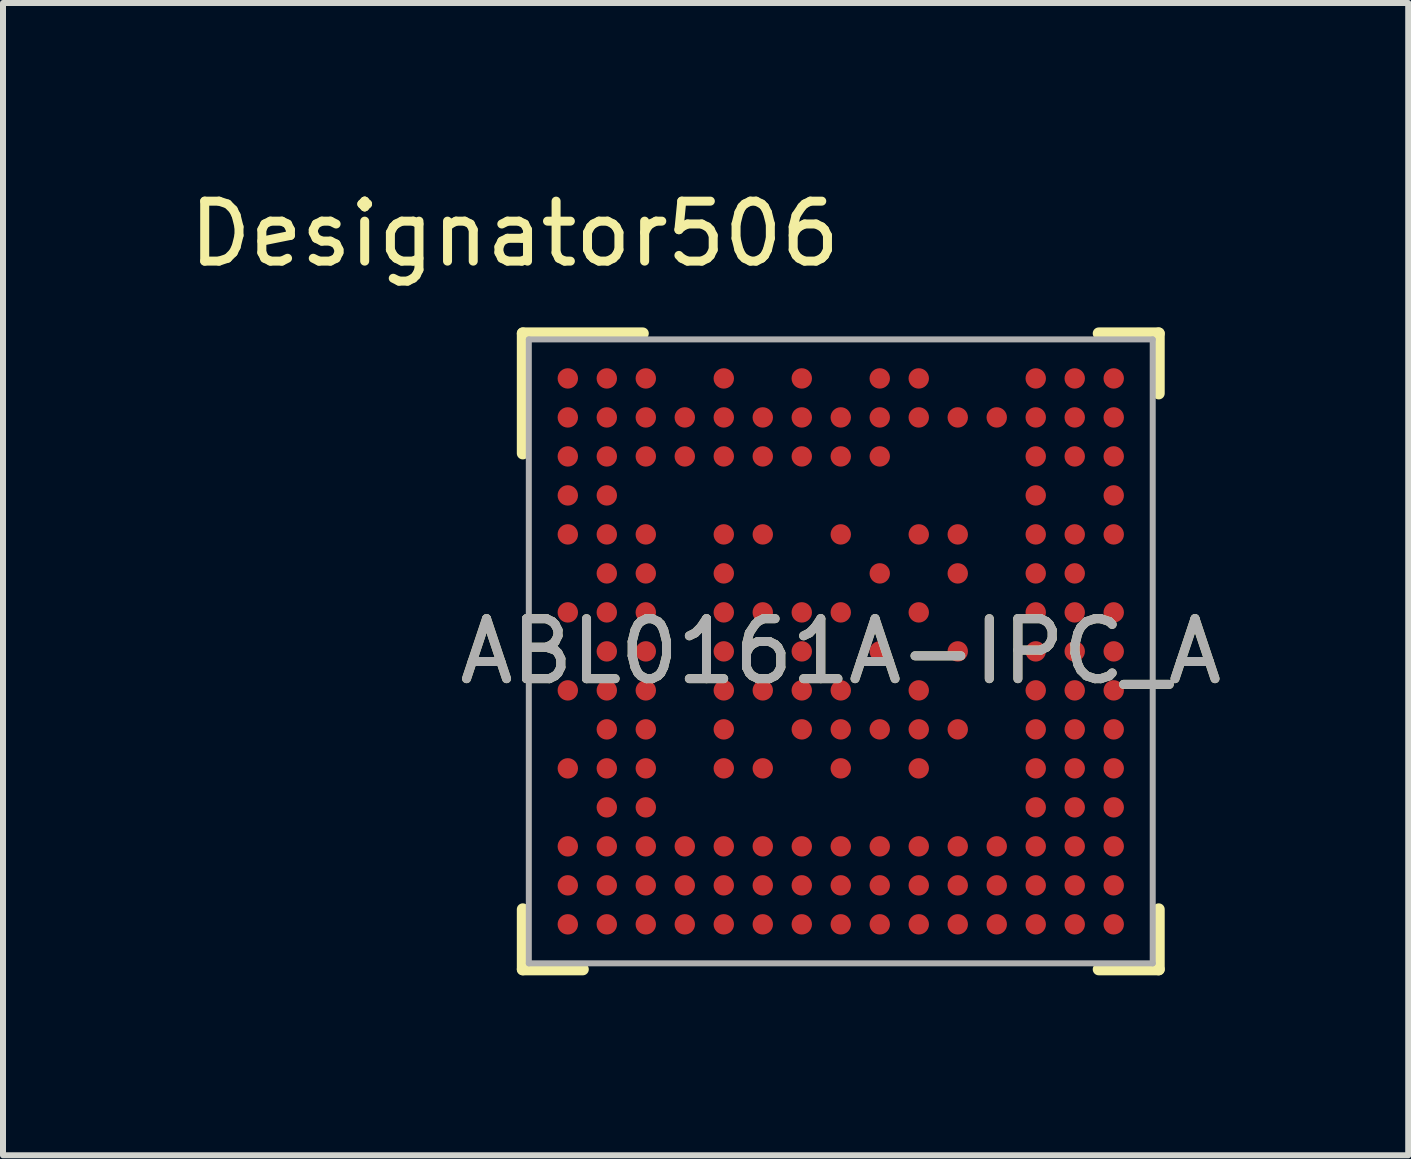
<source format=kicad_pcb>
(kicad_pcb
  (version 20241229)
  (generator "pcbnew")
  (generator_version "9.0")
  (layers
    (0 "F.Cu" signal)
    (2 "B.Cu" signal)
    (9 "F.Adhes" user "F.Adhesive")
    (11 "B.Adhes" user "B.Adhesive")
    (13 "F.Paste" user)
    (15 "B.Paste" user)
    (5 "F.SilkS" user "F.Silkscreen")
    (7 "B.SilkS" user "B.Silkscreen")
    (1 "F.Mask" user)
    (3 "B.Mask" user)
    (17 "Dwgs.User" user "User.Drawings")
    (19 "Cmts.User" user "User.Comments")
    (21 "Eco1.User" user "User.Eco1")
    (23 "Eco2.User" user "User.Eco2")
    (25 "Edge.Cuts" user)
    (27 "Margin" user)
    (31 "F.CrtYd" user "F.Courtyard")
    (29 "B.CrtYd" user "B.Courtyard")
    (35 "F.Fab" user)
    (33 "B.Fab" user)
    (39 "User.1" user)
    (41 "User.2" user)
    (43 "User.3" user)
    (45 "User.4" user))
  (footprint "ABL0161A-IPC_A"
    (layer "F.Cu")
    (at 10.965 7.808)
    (property "Reference" "ABL0161A-IPC_A" (at 0 0 0) (unlocked yes) (layer "F.SilkS") (effects (font (size 1 1) (thickness 0.15))))
    (attr smd)
    (fp_line (start -5.3 -5.3) (end -3.3 -5.3) (stroke (width 0.2) (type solid)) (layer "F.SilkS"))
    (fp_line (start -5.3 -3.3) (end -5.3 -5.3) (stroke (width 0.2) (type solid)) (layer "F.SilkS"))
    (fp_line (start -5.3 5.3) (end -5.3 4.3) (stroke (width 0.2) (type solid)) (layer "F.SilkS"))
    (fp_line (start -5.3 5.3) (end -4.3 5.3) (stroke (width 0.2) (type solid)) (layer "F.SilkS"))
    (fp_line (start 4.3 -5.3) (end 5.3 -5.3) (stroke (width 0.2) (type solid)) (layer "F.SilkS"))
    (fp_line (start 4.3 5.3) (end 5.3 5.3) (stroke (width 0.2) (type solid)) (layer "F.SilkS"))
    (fp_line (start 5.3 -4.3) (end 5.3 -5.3) (stroke (width 0.2) (type solid)) (layer "F.SilkS"))
    (fp_line (start 5.3 5.3) (end 5.3 4.3) (stroke (width 0.2) (type solid)) (layer "F.SilkS"))
    (fp_line (start -5.2 -5.2) (end 5.2 -5.2) (stroke (width 0.1) (type solid)) (layer "F.Fab"))
    (fp_line (start -5.2 5.2) (end -5.2 -5.2) (stroke (width 0.1) (type solid)) (layer "F.Fab"))
    (fp_line (start -5.2 5.2) (end 5.2 5.2) (stroke (width 0.1) (type solid)) (layer "F.Fab"))
    (fp_line (start 5.2 5.2) (end 5.2 -5.2) (stroke (width 0.1) (type solid)) (layer "F.Fab"))
    (fp_text user "Designator506" (at -5.436 -6.96 0) (unlocked yes) (layer "F.SilkS") (effects (font (size 1 1) (thickness 0.15))))
    (fp_text user "${REFERENCE}" (at 0 0 0) (unlocked yes) (layer "F.Fab") (effects (font (size 1 1) (thickness 0.15))))
    (pad "A1" smd circle (at -4.55 -4.55) (size 0.34 0.34) (layers "F.Cu" "F.Mask" "F.Paste"))
    (pad "A2" smd circle (at -3.9 -4.55) (size 0.34 0.34) (layers "F.Cu" "F.Mask" "F.Paste"))
    (pad "A3" smd circle (at -3.25 -4.55) (size 0.34 0.34) (layers "F.Cu" "F.Mask" "F.Paste"))
    (pad "A5" smd circle (at -1.95 -4.55) (size 0.34 0.34) (layers "F.Cu" "F.Mask" "F.Paste"))
    (pad "A7" smd circle (at -0.65 -4.55) (size 0.34 0.34) (layers "F.Cu" "F.Mask" "F.Paste"))
    (pad "A9" smd circle (at 0.65 -4.55) (size 0.34 0.34) (layers "F.Cu" "F.Mask" "F.Paste"))
    (pad "A10" smd circle (at 1.3 -4.55) (size 0.34 0.34) (layers "F.Cu" "F.Mask" "F.Paste"))
    (pad "A13" smd circle (at 3.25 -4.55) (size 0.34 0.34) (layers "F.Cu" "F.Mask" "F.Paste"))
    (pad "A14" smd circle (at 3.9 -4.55) (size 0.34 0.34) (layers "F.Cu" "F.Mask" "F.Paste"))
    (pad "A15" smd circle (at 4.55 -4.55) (size 0.34 0.34) (layers "F.Cu" "F.Mask" "F.Paste"))
    (pad "B1" smd circle (at -4.55 -3.9) (size 0.34 0.34) (layers "F.Cu" "F.Mask" "F.Paste"))
    (pad "B2" smd circle (at -3.9 -3.9) (size 0.34 0.34) (layers "F.Cu" "F.Mask" "F.Paste"))
    (pad "B3" smd circle (at -3.25 -3.9) (size 0.34 0.34) (layers "F.Cu" "F.Mask" "F.Paste"))
    (pad "B4" smd circle (at -2.6 -3.9) (size 0.34 0.34) (layers "F.Cu" "F.Mask" "F.Paste"))
    (pad "B5" smd circle (at -1.95 -3.9) (size 0.34 0.34) (layers "F.Cu" "F.Mask" "F.Paste"))
    (pad "B6" smd circle (at -1.3 -3.9) (size 0.34 0.34) (layers "F.Cu" "F.Mask" "F.Paste"))
    (pad "B7" smd circle (at -0.65 -3.9) (size 0.34 0.34) (layers "F.Cu" "F.Mask" "F.Paste"))
    (pad "B8" smd circle (at 0 -3.9) (size 0.34 0.34) (layers "F.Cu" "F.Mask" "F.Paste"))
    (pad "B9" smd circle (at 0.65 -3.9) (size 0.34 0.34) (layers "F.Cu" "F.Mask" "F.Paste"))
    (pad "B10" smd circle (at 1.3 -3.9) (size 0.34 0.34) (layers "F.Cu" "F.Mask" "F.Paste"))
    (pad "B11" smd circle (at 1.95 -3.9) (size 0.34 0.34) (layers "F.Cu" "F.Mask" "F.Paste"))
    (pad "B12" smd circle (at 2.6 -3.9) (size 0.34 0.34) (layers "F.Cu" "F.Mask" "F.Paste"))
    (pad "B13" smd circle (at 3.25 -3.9) (size 0.34 0.34) (layers "F.Cu" "F.Mask" "F.Paste"))
    (pad "B14" smd circle (at 3.9 -3.9) (size 0.34 0.34) (layers "F.Cu" "F.Mask" "F.Paste"))
    (pad "B15" smd circle (at 4.55 -3.9) (size 0.34 0.34) (layers "F.Cu" "F.Mask" "F.Paste"))
    (pad "C1" smd circle (at -4.55 -3.25) (size 0.34 0.34) (layers "F.Cu" "F.Mask" "F.Paste"))
    (pad "C2" smd circle (at -3.9 -3.25) (size 0.34 0.34) (layers "F.Cu" "F.Mask" "F.Paste"))
    (pad "C3" smd circle (at -3.25 -3.25) (size 0.34 0.34) (layers "F.Cu" "F.Mask" "F.Paste"))
    (pad "C4" smd circle (at -2.6 -3.25) (size 0.34 0.34) (layers "F.Cu" "F.Mask" "F.Paste"))
    (pad "C5" smd circle (at -1.95 -3.25) (size 0.34 0.34) (layers "F.Cu" "F.Mask" "F.Paste"))
    (pad "C6" smd circle (at -1.3 -3.25) (size 0.34 0.34) (layers "F.Cu" "F.Mask" "F.Paste"))
    (pad "C7" smd circle (at -0.65 -3.25) (size 0.34 0.34) (layers "F.Cu" "F.Mask" "F.Paste"))
    (pad "C8" smd circle (at 0 -3.25) (size 0.34 0.34) (layers "F.Cu" "F.Mask" "F.Paste"))
    (pad "C9" smd circle (at 0.65 -3.25) (size 0.34 0.34) (layers "F.Cu" "F.Mask" "F.Paste"))
    (pad "C13" smd circle (at 3.25 -3.25) (size 0.34 0.34) (layers "F.Cu" "F.Mask" "F.Paste"))
    (pad "C14" smd circle (at 3.9 -3.25) (size 0.34 0.34) (layers "F.Cu" "F.Mask" "F.Paste"))
    (pad "C15" smd circle (at 4.55 -3.25) (size 0.34 0.34) (layers "F.Cu" "F.Mask" "F.Paste"))
    (pad "D1" smd circle (at -4.55 -2.6) (size 0.34 0.34) (layers "F.Cu" "F.Mask" "F.Paste"))
    (pad "D2" smd circle (at -3.9 -2.6) (size 0.34 0.34) (layers "F.Cu" "F.Mask" "F.Paste"))
    (pad "D13" smd circle (at 3.25 -2.6) (size 0.34 0.34) (layers "F.Cu" "F.Mask" "F.Paste"))
    (pad "D15" smd circle (at 4.55 -2.6) (size 0.34 0.34) (layers "F.Cu" "F.Mask" "F.Paste"))
    (pad "E1" smd circle (at -4.55 -1.95) (size 0.34 0.34) (layers "F.Cu" "F.Mask" "F.Paste"))
    (pad "E2" smd circle (at -3.9 -1.95) (size 0.34 0.34) (layers "F.Cu" "F.Mask" "F.Paste"))
    (pad "E3" smd circle (at -3.25 -1.95) (size 0.34 0.34) (layers "F.Cu" "F.Mask" "F.Paste"))
    (pad "E5" smd circle (at -1.95 -1.95) (size 0.34 0.34) (layers "F.Cu" "F.Mask" "F.Paste"))
    (pad "E6" smd circle (at -1.3 -1.95) (size 0.34 0.34) (layers "F.Cu" "F.Mask" "F.Paste"))
    (pad "E8" smd circle (at 0 -1.95) (size 0.34 0.34) (layers "F.Cu" "F.Mask" "F.Paste"))
    (pad "E10" smd circle (at 1.3 -1.95) (size 0.34 0.34) (layers "F.Cu" "F.Mask" "F.Paste"))
    (pad "E11" smd circle (at 1.95 -1.95) (size 0.34 0.34) (layers "F.Cu" "F.Mask" "F.Paste"))
    (pad "E13" smd circle (at 3.25 -1.95) (size 0.34 0.34) (layers "F.Cu" "F.Mask" "F.Paste"))
    (pad "E14" smd circle (at 3.9 -1.95) (size 0.34 0.34) (layers "F.Cu" "F.Mask" "F.Paste"))
    (pad "E15" smd circle (at 4.55 -1.95) (size 0.34 0.34) (layers "F.Cu" "F.Mask" "F.Paste"))
    (pad "F2" smd circle (at -3.9 -1.3) (size 0.34 0.34) (layers "F.Cu" "F.Mask" "F.Paste"))
    (pad "F3" smd circle (at -3.25 -1.3) (size 0.34 0.34) (layers "F.Cu" "F.Mask" "F.Paste"))
    (pad "F5" smd circle (at -1.95 -1.3) (size 0.34 0.34) (layers "F.Cu" "F.Mask" "F.Paste"))
    (pad "F9" smd circle (at 0.65 -1.3) (size 0.34 0.34) (layers "F.Cu" "F.Mask" "F.Paste"))
    (pad "F11" smd circle (at 1.95 -1.3) (size 0.34 0.34) (layers "F.Cu" "F.Mask" "F.Paste"))
    (pad "F13" smd circle (at 3.25 -1.3) (size 0.34 0.34) (layers "F.Cu" "F.Mask" "F.Paste"))
    (pad "F14" smd circle (at 3.9 -1.3) (size 0.34 0.34) (layers "F.Cu" "F.Mask" "F.Paste"))
    (pad "G1" smd circle (at -4.55 -0.65) (size 0.34 0.34) (layers "F.Cu" "F.Mask" "F.Paste"))
    (pad "G2" smd circle (at -3.9 -0.65) (size 0.34 0.34) (layers "F.Cu" "F.Mask" "F.Paste"))
    (pad "G3" smd circle (at -3.25 -0.65) (size 0.34 0.34) (layers "F.Cu" "F.Mask" "F.Paste"))
    (pad "G5" smd circle (at -1.95 -0.65) (size 0.34 0.34) (layers "F.Cu" "F.Mask" "F.Paste"))
    (pad "G6" smd circle (at -1.3 -0.65) (size 0.34 0.34) (layers "F.Cu" "F.Mask" "F.Paste"))
    (pad "G7" smd circle (at -0.65 -0.65) (size 0.34 0.34) (layers "F.Cu" "F.Mask" "F.Paste"))
    (pad "G8" smd circle (at 0 -0.65) (size 0.34 0.34) (layers "F.Cu" "F.Mask" "F.Paste"))
    (pad "G10" smd circle (at 1.3 -0.65) (size 0.34 0.34) (layers "F.Cu" "F.Mask" "F.Paste"))
    (pad "G13" smd circle (at 3.25 -0.65) (size 0.34 0.34) (layers "F.Cu" "F.Mask" "F.Paste"))
    (pad "G14" smd circle (at 3.9 -0.65) (size 0.34 0.34) (layers "F.Cu" "F.Mask" "F.Paste"))
    (pad "G15" smd circle (at 4.55 -0.65) (size 0.34 0.34) (layers "F.Cu" "F.Mask" "F.Paste"))
    (pad "H2" smd circle (at -3.9 0) (size 0.34 0.34) (layers "F.Cu" "F.Mask" "F.Paste"))
    (pad "H3" smd circle (at -3.25 0) (size 0.34 0.34) (layers "F.Cu" "F.Mask" "F.Paste"))
    (pad "H5" smd circle (at -1.95 0) (size 0.34 0.34) (layers "F.Cu" "F.Mask" "F.Paste"))
    (pad "H7" smd circle (at -0.65 0) (size 0.34 0.34) (layers "F.Cu" "F.Mask" "F.Paste"))
    (pad "H9" smd circle (at 0.65 0) (size 0.34 0.34) (layers "F.Cu" "F.Mask" "F.Paste"))
    (pad "H11" smd circle (at 1.95 0) (size 0.34 0.34) (layers "F.Cu" "F.Mask" "F.Paste"))
    (pad "H13" smd circle (at 3.25 0) (size 0.34 0.34) (layers "F.Cu" "F.Mask" "F.Paste"))
    (pad "H14" smd circle (at 3.9 0) (size 0.34 0.34) (layers "F.Cu" "F.Mask" "F.Paste"))
    (pad "H15" smd circle (at 4.55 0) (size 0.34 0.34) (layers "F.Cu" "F.Mask" "F.Paste"))
    (pad "J1" smd circle (at -4.55 0.65) (size 0.34 0.34) (layers "F.Cu" "F.Mask" "F.Paste"))
    (pad "J2" smd circle (at -3.9 0.65) (size 0.34 0.34) (layers "F.Cu" "F.Mask" "F.Paste"))
    (pad "J3" smd circle (at -3.25 0.65) (size 0.34 0.34) (layers "F.Cu" "F.Mask" "F.Paste"))
    (pad "J5" smd circle (at -1.95 0.65) (size 0.34 0.34) (layers "F.Cu" "F.Mask" "F.Paste"))
    (pad "J6" smd circle (at -1.3 0.65) (size 0.34 0.34) (layers "F.Cu" "F.Mask" "F.Paste"))
    (pad "J7" smd circle (at -0.65 0.65) (size 0.34 0.34) (layers "F.Cu" "F.Mask" "F.Paste"))
    (pad "J8" smd circle (at 0 0.65) (size 0.34 0.34) (layers "F.Cu" "F.Mask" "F.Paste"))
    (pad "J10" smd circle (at 1.3 0.65) (size 0.34 0.34) (layers "F.Cu" "F.Mask" "F.Paste"))
    (pad "J13" smd circle (at 3.25 0.65) (size 0.34 0.34) (layers "F.Cu" "F.Mask" "F.Paste"))
    (pad "J14" smd circle (at 3.9 0.65) (size 0.34 0.34) (layers "F.Cu" "F.Mask" "F.Paste"))
    (pad "J15" smd circle (at 4.55 0.65) (size 0.34 0.34) (layers "F.Cu" "F.Mask" "F.Paste"))
    (pad "K2" smd circle (at -3.9 1.3) (size 0.34 0.34) (layers "F.Cu" "F.Mask" "F.Paste"))
    (pad "K3" smd circle (at -3.25 1.3) (size 0.34 0.34) (layers "F.Cu" "F.Mask" "F.Paste"))
    (pad "K5" smd circle (at -1.95 1.3) (size 0.34 0.34) (layers "F.Cu" "F.Mask" "F.Paste"))
    (pad "K7" smd circle (at -0.65 1.3) (size 0.34 0.34) (layers "F.Cu" "F.Mask" "F.Paste"))
    (pad "K8" smd circle (at 0 1.3) (size 0.34 0.34) (layers "F.Cu" "F.Mask" "F.Paste"))
    (pad "K9" smd circle (at 0.65 1.3) (size 0.34 0.34) (layers "F.Cu" "F.Mask" "F.Paste"))
    (pad "K10" smd circle (at 1.3 1.3) (size 0.34 0.34) (layers "F.Cu" "F.Mask" "F.Paste"))
    (pad "K11" smd circle (at 1.95 1.3) (size 0.34 0.34) (layers "F.Cu" "F.Mask" "F.Paste"))
    (pad "K13" smd circle (at 3.25 1.3) (size 0.34 0.34) (layers "F.Cu" "F.Mask" "F.Paste"))
    (pad "K14" smd circle (at 3.9 1.3) (size 0.34 0.34) (layers "F.Cu" "F.Mask" "F.Paste"))
    (pad "K15" smd circle (at 4.55 1.3) (size 0.34 0.34) (layers "F.Cu" "F.Mask" "F.Paste"))
    (pad "L1" smd circle (at -4.55 1.95) (size 0.34 0.34) (layers "F.Cu" "F.Mask" "F.Paste"))
    (pad "L2" smd circle (at -3.9 1.95) (size 0.34 0.34) (layers "F.Cu" "F.Mask" "F.Paste"))
    (pad "L3" smd circle (at -3.25 1.95) (size 0.34 0.34) (layers "F.Cu" "F.Mask" "F.Paste"))
    (pad "L5" smd circle (at -1.95 1.95) (size 0.34 0.34) (layers "F.Cu" "F.Mask" "F.Paste"))
    (pad "L6" smd circle (at -1.3 1.95) (size 0.34 0.34) (layers "F.Cu" "F.Mask" "F.Paste"))
    (pad "L8" smd circle (at 0 1.95) (size 0.34 0.34) (layers "F.Cu" "F.Mask" "F.Paste"))
    (pad "L10" smd circle (at 1.3 1.95) (size 0.34 0.34) (layers "F.Cu" "F.Mask" "F.Paste"))
    (pad "L13" smd circle (at 3.25 1.95) (size 0.34 0.34) (layers "F.Cu" "F.Mask" "F.Paste"))
    (pad "L14" smd circle (at 3.9 1.95) (size 0.34 0.34) (layers "F.Cu" "F.Mask" "F.Paste"))
    (pad "L15" smd circle (at 4.55 1.95) (size 0.34 0.34) (layers "F.Cu" "F.Mask" "F.Paste"))
    (pad "M2" smd circle (at -3.9 2.6) (size 0.34 0.34) (layers "F.Cu" "F.Mask" "F.Paste"))
    (pad "M3" smd circle (at -3.25 2.6) (size 0.34 0.34) (layers "F.Cu" "F.Mask" "F.Paste"))
    (pad "M13" smd circle (at 3.25 2.6) (size 0.34 0.34) (layers "F.Cu" "F.Mask" "F.Paste"))
    (pad "M14" smd circle (at 3.9 2.6) (size 0.34 0.34) (layers "F.Cu" "F.Mask" "F.Paste"))
    (pad "M15" smd circle (at 4.55 2.6) (size 0.34 0.34) (layers "F.Cu" "F.Mask" "F.Paste"))
    (pad "N1" smd circle (at -4.55 3.25) (size 0.34 0.34) (layers "F.Cu" "F.Mask" "F.Paste"))
    (pad "N2" smd circle (at -3.9 3.25) (size 0.34 0.34) (layers "F.Cu" "F.Mask" "F.Paste"))
    (pad "N3" smd circle (at -3.25 3.25) (size 0.34 0.34) (layers "F.Cu" "F.Mask" "F.Paste"))
    (pad "N4" smd circle (at -2.6 3.25) (size 0.34 0.34) (layers "F.Cu" "F.Mask" "F.Paste"))
    (pad "N5" smd circle (at -1.95 3.25) (size 0.34 0.34) (layers "F.Cu" "F.Mask" "F.Paste"))
    (pad "N6" smd circle (at -1.3 3.25) (size 0.34 0.34) (layers "F.Cu" "F.Mask" "F.Paste"))
    (pad "N7" smd circle (at -0.65 3.25) (size 0.34 0.34) (layers "F.Cu" "F.Mask" "F.Paste"))
    (pad "N8" smd circle (at 0 3.25) (size 0.34 0.34) (layers "F.Cu" "F.Mask" "F.Paste"))
    (pad "N9" smd circle (at 0.65 3.25) (size 0.34 0.34) (layers "F.Cu" "F.Mask" "F.Paste"))
    (pad "N10" smd circle (at 1.3 3.25) (size 0.34 0.34) (layers "F.Cu" "F.Mask" "F.Paste"))
    (pad "N11" smd circle (at 1.95 3.25) (size 0.34 0.34) (layers "F.Cu" "F.Mask" "F.Paste"))
    (pad "N12" smd circle (at 2.6 3.25) (size 0.34 0.34) (layers "F.Cu" "F.Mask" "F.Paste"))
    (pad "N13" smd circle (at 3.25 3.25) (size 0.34 0.34) (layers "F.Cu" "F.Mask" "F.Paste"))
    (pad "N14" smd circle (at 3.9 3.25) (size 0.34 0.34) (layers "F.Cu" "F.Mask" "F.Paste"))
    (pad "N15" smd circle (at 4.55 3.25) (size 0.34 0.34) (layers "F.Cu" "F.Mask" "F.Paste"))
    (pad "P1" smd circle (at -4.55 3.9) (size 0.34 0.34) (layers "F.Cu" "F.Mask" "F.Paste"))
    (pad "P2" smd circle (at -3.9 3.9) (size 0.34 0.34) (layers "F.Cu" "F.Mask" "F.Paste"))
    (pad "P3" smd circle (at -3.25 3.9) (size 0.34 0.34) (layers "F.Cu" "F.Mask" "F.Paste"))
    (pad "P4" smd circle (at -2.6 3.9) (size 0.34 0.34) (layers "F.Cu" "F.Mask" "F.Paste"))
    (pad "P5" smd circle (at -1.95 3.9) (size 0.34 0.34) (layers "F.Cu" "F.Mask" "F.Paste"))
    (pad "P6" smd circle (at -1.3 3.9) (size 0.34 0.34) (layers "F.Cu" "F.Mask" "F.Paste"))
    (pad "P7" smd circle (at -0.65 3.9) (size 0.34 0.34) (layers "F.Cu" "F.Mask" "F.Paste"))
    (pad "P8" smd circle (at 0 3.9) (size 0.34 0.34) (layers "F.Cu" "F.Mask" "F.Paste"))
    (pad "P9" smd circle (at 0.65 3.9) (size 0.34 0.34) (layers "F.Cu" "F.Mask" "F.Paste"))
    (pad "P10" smd circle (at 1.3 3.9) (size 0.34 0.34) (layers "F.Cu" "F.Mask" "F.Paste"))
    (pad "P11" smd circle (at 1.95 3.9) (size 0.34 0.34) (layers "F.Cu" "F.Mask" "F.Paste"))
    (pad "P12" smd circle (at 2.6 3.9) (size 0.34 0.34) (layers "F.Cu" "F.Mask" "F.Paste"))
    (pad "P13" smd circle (at 3.25 3.9) (size 0.34 0.34) (layers "F.Cu" "F.Mask" "F.Paste"))
    (pad "P14" smd circle (at 3.9 3.9) (size 0.34 0.34) (layers "F.Cu" "F.Mask" "F.Paste"))
    (pad "P15" smd circle (at 4.55 3.9) (size 0.34 0.34) (layers "F.Cu" "F.Mask" "F.Paste"))
    (pad "R1" smd circle (at -4.55 4.55) (size 0.34 0.34) (layers "F.Cu" "F.Mask" "F.Paste"))
    (pad "R2" smd circle (at -3.9 4.55) (size 0.34 0.34) (layers "F.Cu" "F.Mask" "F.Paste"))
    (pad "R3" smd circle (at -3.25 4.55) (size 0.34 0.34) (layers "F.Cu" "F.Mask" "F.Paste"))
    (pad "R4" smd circle (at -2.6 4.55) (size 0.34 0.34) (layers "F.Cu" "F.Mask" "F.Paste"))
    (pad "R5" smd circle (at -1.95 4.55) (size 0.34 0.34) (layers "F.Cu" "F.Mask" "F.Paste"))
    (pad "R6" smd circle (at -1.3 4.55) (size 0.34 0.34) (layers "F.Cu" "F.Mask" "F.Paste"))
    (pad "R7" smd circle (at -0.65 4.55) (size 0.34 0.34) (layers "F.Cu" "F.Mask" "F.Paste"))
    (pad "R8" smd circle (at 0 4.55) (size 0.34 0.34) (layers "F.Cu" "F.Mask" "F.Paste"))
    (pad "R9" smd circle (at 0.65 4.55) (size 0.34 0.34) (layers "F.Cu" "F.Mask" "F.Paste"))
    (pad "R10" smd circle (at 1.3 4.55) (size 0.34 0.34) (layers "F.Cu" "F.Mask" "F.Paste"))
    (pad "R11" smd circle (at 1.95 4.55) (size 0.34 0.34) (layers "F.Cu" "F.Mask" "F.Paste"))
    (pad "R12" smd circle (at 2.6 4.55) (size 0.34 0.34) (layers "F.Cu" "F.Mask" "F.Paste"))
    (pad "R13" smd circle (at 3.25 4.55) (size 0.34 0.34) (layers "F.Cu" "F.Mask" "F.Paste"))
    (pad "R14" smd circle (at 3.9 4.55) (size 0.34 0.34) (layers "F.Cu" "F.Mask" "F.Paste"))
    (pad "R15" smd circle (at 4.55 4.55) (size 0.34 0.34) (layers "F.Cu" "F.Mask" "F.Paste")))
  (gr_rect
    (start -3 -3)
    (end 20.424 16.208)
    (stroke (width 0.1) (type default))
    (fill no)
    (layer "Edge.Cuts")))
</source>
